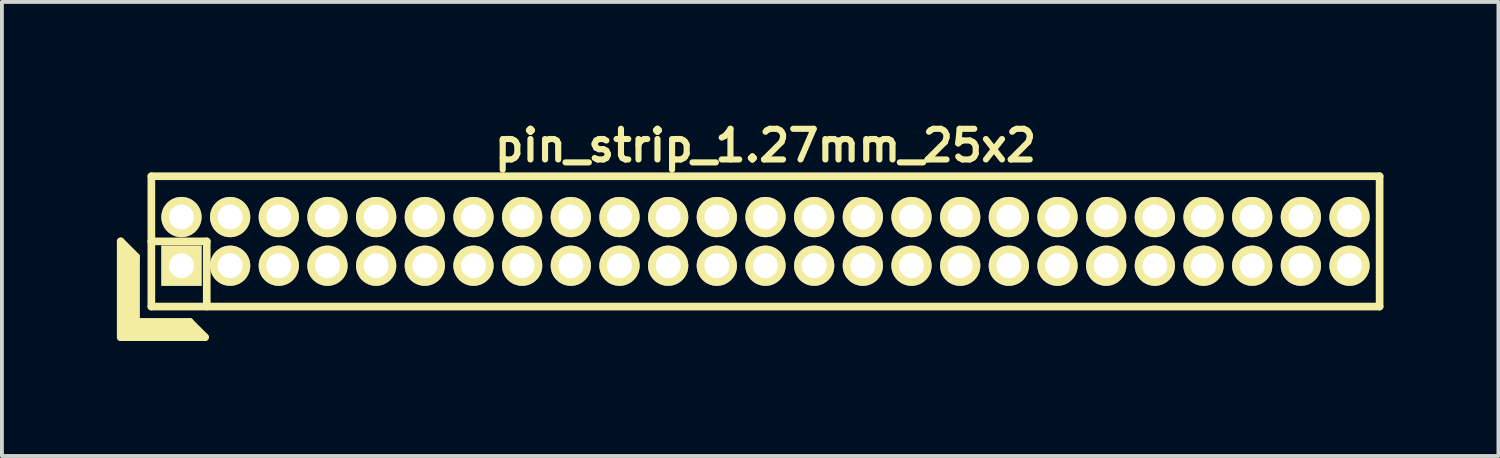
<source format=kicad_pcb>
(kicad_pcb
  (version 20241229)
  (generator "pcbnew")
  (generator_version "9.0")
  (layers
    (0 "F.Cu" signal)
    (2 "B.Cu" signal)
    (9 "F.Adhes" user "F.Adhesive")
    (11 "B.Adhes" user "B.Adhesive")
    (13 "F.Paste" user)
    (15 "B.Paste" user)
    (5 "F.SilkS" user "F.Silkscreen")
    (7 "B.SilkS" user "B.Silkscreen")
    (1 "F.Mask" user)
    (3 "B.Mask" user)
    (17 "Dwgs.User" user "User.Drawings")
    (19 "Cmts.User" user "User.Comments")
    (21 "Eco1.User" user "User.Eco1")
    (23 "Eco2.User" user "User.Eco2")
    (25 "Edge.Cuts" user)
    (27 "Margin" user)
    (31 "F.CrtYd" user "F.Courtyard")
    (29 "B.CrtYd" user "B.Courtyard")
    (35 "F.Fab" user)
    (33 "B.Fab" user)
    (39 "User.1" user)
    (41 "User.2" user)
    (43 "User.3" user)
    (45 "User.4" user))
  (footprint "pin_strip_1.27mm_25x2"
    (layer "F.Cu")
    (at 16.925 3.249)
    (property "Reference" "pin_strip_1.27mm_25x2" (at 0 -2.5 0) (layer "F.SilkS") (effects (font (size 0.8 0.8) (thickness 0.16))))
    (attr through_hole)
    (fp_line (start -16.825 0) (end -16.825 2.5) (stroke (width 0.2) (type solid)) (layer "F.SilkS"))
    (fp_line (start -16.825 0) (end -16.425 0.4) (stroke (width 0.2) (type solid)) (layer "F.SilkS"))
    (fp_line (start -16.825 2.5) (end -14.625 2.5) (stroke (width 0.2) (type solid)) (layer "F.SilkS"))
    (fp_line (start -16.725 2.4) (end -16.725 0.2) (stroke (width 0.2) (type solid)) (layer "F.SilkS"))
    (fp_line (start -16.725 2.4) (end -14.825 2.4) (stroke (width 0.2) (type solid)) (layer "F.SilkS"))
    (fp_line (start -16.625 2.3) (end -16.625 0.3) (stroke (width 0.2) (type solid)) (layer "F.SilkS"))
    (fp_line (start -16.625 2.3) (end -14.925 2.3) (stroke (width 0.2) (type solid)) (layer "F.SilkS"))
    (fp_line (start -16.525 2.2) (end -16.525 0.4) (stroke (width 0.2) (type solid)) (layer "F.SilkS"))
    (fp_line (start -16.525 2.2) (end -15.025 2.2) (stroke (width 0.2) (type solid)) (layer "F.SilkS"))
    (fp_line (start -16.425 2.1) (end -16.425 0.4) (stroke (width 0.2) (type solid)) (layer "F.SilkS"))
    (fp_line (start -16.425 2.1) (end -15.025 2.1) (stroke (width 0.2) (type solid)) (layer "F.SilkS"))
    (fp_line (start -16.03 0) (end -14.58 0) (stroke (width 0.2) (type solid)) (layer "F.SilkS"))
    (fp_line (start -16.025 -1.7) (end 16.025 -1.7) (stroke (width 0.2) (type solid)) (layer "F.SilkS"))
    (fp_line (start -16.025 1.7) (end -16.025 -1.7) (stroke (width 0.2) (type solid)) (layer "F.SilkS"))
    (fp_line (start -15.025 2.1) (end -14.625 2.5) (stroke (width 0.2) (type solid)) (layer "F.SilkS"))
    (fp_line (start -14.58 0) (end -14.58 1.7) (stroke (width 0.2) (type solid)) (layer "F.SilkS"))
    (fp_line (start 16.025 -1.7) (end 16.025 1.7) (stroke (width 0.2) (type solid)) (layer "F.SilkS"))
    (fp_line (start 16.025 1.7) (end -16.025 1.7) (stroke (width 0.2) (type solid)) (layer "F.SilkS"))
    (pad "1" thru_hole rect (at -15.24 0.635) (size 1.05 1.05) (drill 0.65) (layers "*.Cu" "*.Mask" "F.SilkS"))
    (pad "2" thru_hole oval (at -15.24 -0.635) (size 1.05 1.05) (drill 0.65) (layers "*.Cu" "*.Mask" "F.SilkS"))
    (pad "3" thru_hole oval (at -13.97 0.635) (size 1.05 1.05) (drill 0.65) (layers "*.Cu" "*.Mask" "F.SilkS"))
    (pad "4" thru_hole oval (at -13.97 -0.635) (size 1.05 1.05) (drill 0.65) (layers "*.Cu" "*.Mask" "F.SilkS"))
    (pad "5" thru_hole oval (at -12.7 0.635) (size 1.05 1.05) (drill 0.65) (layers "*.Cu" "*.Mask" "F.SilkS"))
    (pad "6" thru_hole oval (at -12.7 -0.635) (size 1.05 1.05) (drill 0.65) (layers "*.Cu" "*.Mask" "F.SilkS"))
    (pad "7" thru_hole oval (at -11.43 0.635) (size 1.05 1.05) (drill 0.65) (layers "*.Cu" "*.Mask" "F.SilkS"))
    (pad "8" thru_hole oval (at -11.43 -0.635) (size 1.05 1.05) (drill 0.65) (layers "*.Cu" "*.Mask" "F.SilkS"))
    (pad "9" thru_hole oval (at -10.16 0.635) (size 1.05 1.05) (drill 0.65) (layers "*.Cu" "*.Mask" "F.SilkS"))
    (pad "10" thru_hole oval (at -10.16 -0.635) (size 1.05 1.05) (drill 0.65) (layers "*.Cu" "*.Mask" "F.SilkS"))
    (pad "11" thru_hole oval (at -8.89 0.635) (size 1.05 1.05) (drill 0.65) (layers "*.Cu" "*.Mask" "F.SilkS"))
    (pad "12" thru_hole oval (at -8.89 -0.635) (size 1.05 1.05) (drill 0.65) (layers "*.Cu" "*.Mask" "F.SilkS"))
    (pad "13" thru_hole oval (at -7.62 0.635) (size 1.05 1.05) (drill 0.65) (layers "*.Cu" "*.Mask" "F.SilkS"))
    (pad "14" thru_hole oval (at -7.62 -0.635) (size 1.05 1.05) (drill 0.65) (layers "*.Cu" "*.Mask" "F.SilkS"))
    (pad "15" thru_hole oval (at -6.35 0.635) (size 1.05 1.05) (drill 0.65) (layers "*.Cu" "*.Mask" "F.SilkS"))
    (pad "16" thru_hole oval (at -6.35 -0.635) (size 1.05 1.05) (drill 0.65) (layers "*.Cu" "*.Mask" "F.SilkS"))
    (pad "17" thru_hole oval (at -5.08 0.635) (size 1.05 1.05) (drill 0.65) (layers "*.Cu" "*.Mask" "F.SilkS"))
    (pad "18" thru_hole oval (at -5.08 -0.635) (size 1.05 1.05) (drill 0.65) (layers "*.Cu" "*.Mask" "F.SilkS"))
    (pad "19" thru_hole oval (at -3.81 0.635) (size 1.05 1.05) (drill 0.65) (layers "*.Cu" "*.Mask" "F.SilkS"))
    (pad "20" thru_hole oval (at -3.81 -0.635) (size 1.05 1.05) (drill 0.65) (layers "*.Cu" "*.Mask" "F.SilkS"))
    (pad "21" thru_hole oval (at -2.54 0.635) (size 1.05 1.05) (drill 0.65) (layers "*.Cu" "*.Mask" "F.SilkS"))
    (pad "22" thru_hole oval (at -2.54 -0.635) (size 1.05 1.05) (drill 0.65) (layers "*.Cu" "*.Mask" "F.SilkS"))
    (pad "23" thru_hole oval (at -1.27 0.635) (size 1.05 1.05) (drill 0.65) (layers "*.Cu" "*.Mask" "F.SilkS"))
    (pad "24" thru_hole oval (at -1.27 -0.635) (size 1.05 1.05) (drill 0.65) (layers "*.Cu" "*.Mask" "F.SilkS"))
    (pad "25" thru_hole oval (at 0 0.635) (size 1.05 1.05) (drill 0.65) (layers "*.Cu" "*.Mask" "F.SilkS"))
    (pad "26" thru_hole oval (at 0 -0.635) (size 1.05 1.05) (drill 0.65) (layers "*.Cu" "*.Mask" "F.SilkS"))
    (pad "27" thru_hole oval (at 1.27 0.635) (size 1.05 1.05) (drill 0.65) (layers "*.Cu" "*.Mask" "F.SilkS"))
    (pad "28" thru_hole oval (at 1.27 -0.635) (size 1.05 1.05) (drill 0.65) (layers "*.Cu" "*.Mask" "F.SilkS"))
    (pad "29" thru_hole oval (at 2.54 0.635) (size 1.05 1.05) (drill 0.65) (layers "*.Cu" "*.Mask" "F.SilkS"))
    (pad "30" thru_hole oval (at 2.54 -0.635) (size 1.05 1.05) (drill 0.65) (layers "*.Cu" "*.Mask" "F.SilkS"))
    (pad "31" thru_hole oval (at 3.81 0.635) (size 1.05 1.05) (drill 0.65) (layers "*.Cu" "*.Mask" "F.SilkS"))
    (pad "32" thru_hole oval (at 3.81 -0.635) (size 1.05 1.05) (drill 0.65) (layers "*.Cu" "*.Mask" "F.SilkS"))
    (pad "33" thru_hole oval (at 5.08 0.635) (size 1.05 1.05) (drill 0.65) (layers "*.Cu" "*.Mask" "F.SilkS"))
    (pad "34" thru_hole oval (at 5.08 -0.635) (size 1.05 1.05) (drill 0.65) (layers "*.Cu" "*.Mask" "F.SilkS"))
    (pad "35" thru_hole oval (at 6.35 0.635) (size 1.05 1.05) (drill 0.65) (layers "*.Cu" "*.Mask" "F.SilkS"))
    (pad "36" thru_hole oval (at 6.35 -0.635) (size 1.05 1.05) (drill 0.65) (layers "*.Cu" "*.Mask" "F.SilkS"))
    (pad "37" thru_hole oval (at 7.62 0.635) (size 1.05 1.05) (drill 0.65) (layers "*.Cu" "*.Mask" "F.SilkS"))
    (pad "38" thru_hole oval (at 7.62 -0.635) (size 1.05 1.05) (drill 0.65) (layers "*.Cu" "*.Mask" "F.SilkS"))
    (pad "39" thru_hole oval (at 8.89 0.635) (size 1.05 1.05) (drill 0.65) (layers "*.Cu" "*.Mask" "F.SilkS"))
    (pad "40" thru_hole oval (at 8.89 -0.635) (size 1.05 1.05) (drill 0.65) (layers "*.Cu" "*.Mask" "F.SilkS"))
    (pad "41" thru_hole oval (at 10.16 0.635) (size 1.05 1.05) (drill 0.65) (layers "*.Cu" "*.Mask" "F.SilkS"))
    (pad "42" thru_hole oval (at 10.16 -0.635) (size 1.05 1.05) (drill 0.65) (layers "*.Cu" "*.Mask" "F.SilkS"))
    (pad "43" thru_hole oval (at 11.43 0.635) (size 1.05 1.05) (drill 0.65) (layers "*.Cu" "*.Mask" "F.SilkS"))
    (pad "44" thru_hole oval (at 11.43 -0.635) (size 1.05 1.05) (drill 0.65) (layers "*.Cu" "*.Mask" "F.SilkS"))
    (pad "45" thru_hole oval (at 12.7 0.635) (size 1.05 1.05) (drill 0.65) (layers "*.Cu" "*.Mask" "F.SilkS"))
    (pad "46" thru_hole oval (at 12.7 -0.635) (size 1.05 1.05) (drill 0.65) (layers "*.Cu" "*.Mask" "F.SilkS"))
    (pad "47" thru_hole oval (at 13.97 0.635) (size 1.05 1.05) (drill 0.65) (layers "*.Cu" "*.Mask" "F.SilkS"))
    (pad "48" thru_hole oval (at 13.97 -0.635) (size 1.05 1.05) (drill 0.65) (layers "*.Cu" "*.Mask" "F.SilkS"))
    (pad "49" thru_hole oval (at 15.24 0.635) (size 1.05 1.05) (drill 0.65) (layers "*.Cu" "*.Mask" "F.SilkS"))
    (pad "50" thru_hole oval (at 15.24 -0.635) (size 1.05 1.05) (drill 0.65) (layers "*.Cu" "*.Mask" "F.SilkS")))
  (gr_rect
    (start -3 -3)
    (end 36.05 8.849)
    (stroke (width 0.1) (type default))
    (fill no)
    (layer "Edge.Cuts")))
</source>
